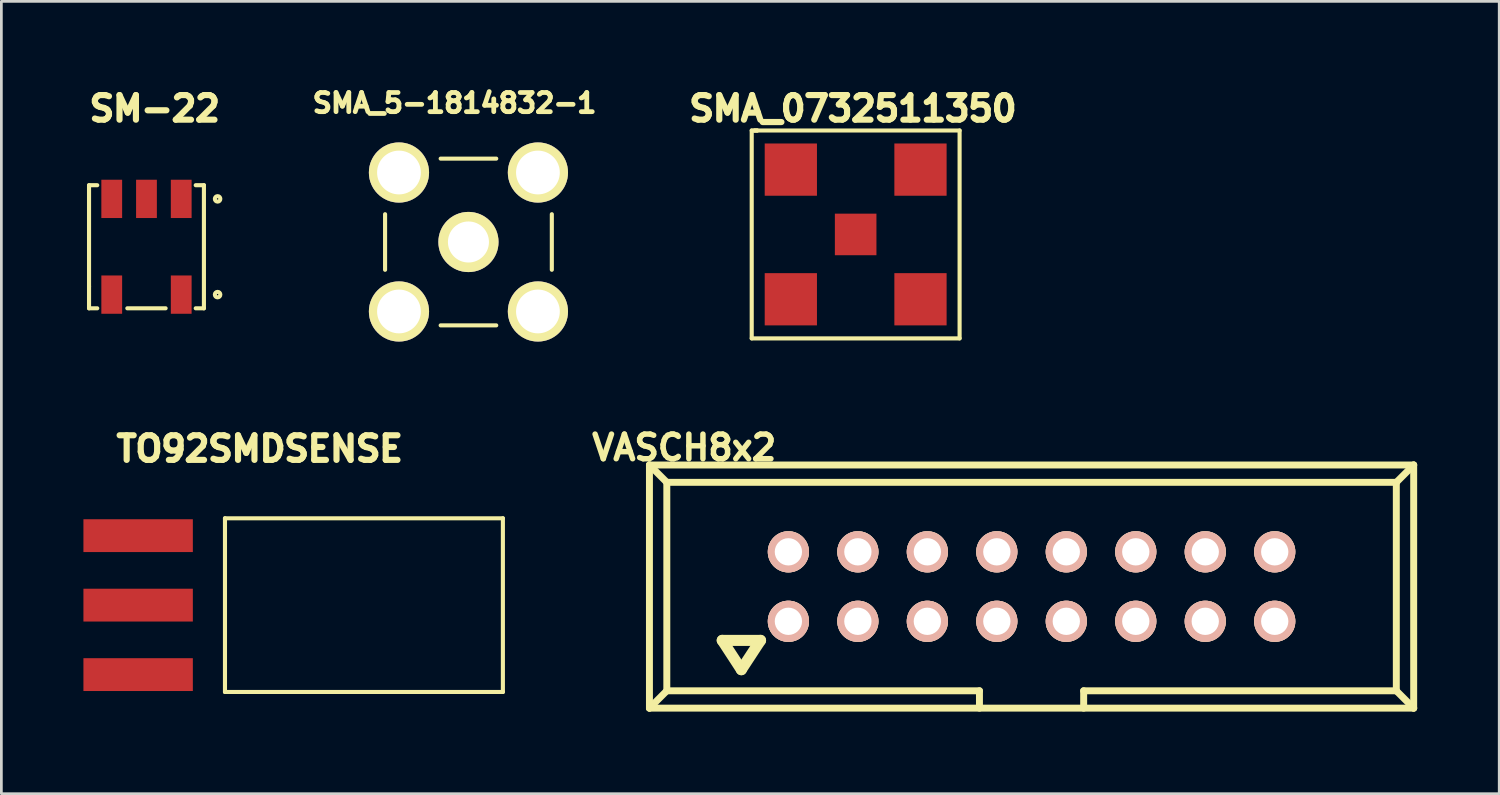
<source format=kicad_pcb>
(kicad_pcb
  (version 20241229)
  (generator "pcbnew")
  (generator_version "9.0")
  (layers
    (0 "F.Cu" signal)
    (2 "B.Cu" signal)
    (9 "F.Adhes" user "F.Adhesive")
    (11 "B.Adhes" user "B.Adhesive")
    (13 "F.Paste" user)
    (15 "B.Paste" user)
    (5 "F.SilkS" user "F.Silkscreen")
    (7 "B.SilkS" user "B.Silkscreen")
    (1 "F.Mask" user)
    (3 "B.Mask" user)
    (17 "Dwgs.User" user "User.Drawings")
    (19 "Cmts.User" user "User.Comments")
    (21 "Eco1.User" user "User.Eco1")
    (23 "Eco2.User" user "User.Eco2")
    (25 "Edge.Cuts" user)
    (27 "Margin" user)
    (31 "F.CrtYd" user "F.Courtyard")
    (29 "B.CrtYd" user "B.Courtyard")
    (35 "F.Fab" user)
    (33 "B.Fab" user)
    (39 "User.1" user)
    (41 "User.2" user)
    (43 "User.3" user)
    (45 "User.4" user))
  (footprint "SMA_0732511350"
    (layer "F.Cu")
    (at 28.232 5.521)
    (property "Reference" "SMA_0732511350" (at -0.1 -4.6 0) (layer "F.SilkS") (effects (font (size 0.9 0.9) (thickness 0.225))))
    (attr through_hole)
    (fp_line (start -3.8 3.8) (end -3.8 -3.8) (stroke (width 0.15) (type solid)) (layer "F.SilkS"))
    (fp_line (start -3.7 -3.8) (end -3.6 -3.8) (stroke (width 0.15) (type solid)) (layer "F.SilkS"))
    (fp_line (start -3.7 -3.8) (end 3.8 -3.8) (stroke (width 0.15) (type solid)) (layer "F.SilkS"))
    (fp_line (start -3.6 -3.8) (end -3.8 -3.8) (stroke (width 0.15) (type solid)) (layer "F.SilkS"))
    (fp_line (start 3.8 -3.8) (end 3.8 3.8) (stroke (width 0.15) (type solid)) (layer "F.SilkS"))
    (fp_line (start 3.8 3.8) (end -3.8 3.8) (stroke (width 0.15) (type solid)) (layer "F.SilkS"))
    (pad "1" smd rect (at 0 0) (size 1.52 1.52) (layers "F.Cu" "F.Mask" "F.Paste"))
    (pad "2" smd rect (at 2.37 2.37) (size 1.91 1.91) (layers "F.Cu" "F.Mask" "F.Paste"))
    (pad "3" smd rect (at 2.37 -2.37) (size 1.91 1.91) (layers "F.Cu" "F.Mask" "F.Paste"))
    (pad "4" smd rect (at -2.37 2.37) (size 1.91 1.91) (layers "F.Cu" "F.Mask" "F.Paste"))
    (pad "5" smd rect (at -2.37 -2.37) (size 1.91 1.91) (layers "F.Cu" "F.Mask" "F.Paste")))
  (footprint "SM-22"
    (layer "F.Cu")
    (at 2.305 4.221)
    (property "Reference" "SM-22" (at 0.3 -3.3 0) (layer "F.SilkS") (effects (font (size 0.9 0.9) (thickness 0.225))))
    (attr through_hole)
    (fp_line (start -2.1 -0.5) (end -2.1 3.2) (stroke (width 0.15) (type solid)) (layer "F.SilkS"))
    (fp_line (start -2.1 3.2) (end -2.1 4) (stroke (width 0.15) (type solid)) (layer "F.SilkS"))
    (fp_line (start -2.1 4) (end -1.8 4) (stroke (width 0.15) (type solid)) (layer "F.SilkS"))
    (fp_line (start -1.8 -0.5) (end -2.1 -0.5) (stroke (width 0.15) (type solid)) (layer "F.SilkS"))
    (fp_line (start -0.7 4) (end 0.7 4) (stroke (width 0.15) (type solid)) (layer "F.SilkS"))
    (fp_line (start 1.8 4) (end 2.1 4) (stroke (width 0.15) (type solid)) (layer "F.SilkS"))
    (fp_line (start 2.1 -0.5) (end 1.8 -0.5) (stroke (width 0.15) (type solid)) (layer "F.SilkS"))
    (fp_line (start 2.1 4) (end 2.1 -0.5) (stroke (width 0.15) (type solid)) (layer "F.SilkS"))
    (fp_circle (center 2.6 0) (end 2.5 0) (stroke (width 0.15) (type solid)) (fill no) (layer "F.SilkS"))
    (fp_circle (center 2.6 3.5) (end 2.5 3.5) (stroke (width 0.15) (type solid)) (fill no) (layer "F.SilkS"))
    (pad "1" smd rect (at -1.27 0) (size 0.76 1.4) (layers "F.Cu" "F.Mask" "F.Paste"))
    (pad "2" smd rect (at 0 0) (size 0.76 1.4) (layers "F.Cu" "F.Mask" "F.Paste"))
    (pad "3" smd rect (at 1.27 0) (size 0.76 1.4) (layers "F.Cu" "F.Mask" "F.Paste"))
    (pad "4" smd rect (at 1.27 3.5) (size 0.76 1.4) (layers "F.Cu" "F.Mask" "F.Paste"))
    (pad "5" smd rect (at -1.27 3.5) (size 0.76 1.4) (layers "F.Cu" "F.Mask" "F.Paste")))
  (footprint "SMA_5-1814832-1"
    (layer "F.Cu")
    (at 14.076 5.797)
    (property "Reference" "SMA_5-1814832-1" (at -0.508 -5.08 0) (layer "F.SilkS") (effects (font (size 0.7 0.7) (thickness 0.175))))
    (attr through_hole)
    (fp_line (start -3.048 1.016) (end -3.048 -1.016) (stroke (width 0.15) (type solid)) (layer "F.SilkS"))
    (fp_line (start -1.016 -3.048) (end 1.016 -3.048) (stroke (width 0.15) (type solid)) (layer "F.SilkS"))
    (fp_line (start 1.016 3.048) (end -1.016 3.048) (stroke (width 0.15) (type solid)) (layer "F.SilkS"))
    (fp_line (start 3.048 -1.016) (end 3.048 1.016) (stroke (width 0.15) (type solid)) (layer "F.SilkS"))
    (pad "1" thru_hole circle (at 0 0) (size 2.2 2.2) (drill 1.5) (layers "*.Cu" "*.Mask" "F.SilkS"))
    (pad "2" thru_hole circle (at -2.54 -2.54) (size 2.2 2.2) (drill 1.6) (layers "*.Cu" "*.Mask" "F.SilkS"))
    (pad "3" thru_hole circle (at 2.54 -2.54) (size 2.2 2.2) (drill 1.6) (layers "*.Cu" "*.Mask" "F.SilkS"))
    (pad "4" thru_hole circle (at 2.54 2.54) (size 2.2 2.2) (drill 1.6) (layers "*.Cu" "*.Mask" "F.SilkS"))
    (pad "5" thru_hole circle (at -2.54 2.54) (size 2.2 2.2) (drill 1.6) (layers "*.Cu" "*.Mask" "F.SilkS")))
  (footprint "TO92SMDSENSE"
    (layer "F.Cu")
    (at 2 16.533)
    (property "Reference" "TO92SMDSENSE" (at 4.445 -3.175 0) (layer "F.SilkS") (effects (font (size 0.9 0.9) (thickness 0.225))))
    (attr through_hole)
    (fp_line (start 3.175 -0.635) (end 3.175 5.715) (stroke (width 0.15) (type solid)) (layer "F.SilkS"))
    (fp_line (start 3.175 5.715) (end 13.335 5.715) (stroke (width 0.15) (type solid)) (layer "F.SilkS"))
    (fp_line (start 13.335 -0.635) (end 3.175 -0.635) (stroke (width 0.15) (type solid)) (layer "F.SilkS"))
    (fp_line (start 13.335 5.715) (end 13.335 -0.635) (stroke (width 0.15) (type solid)) (layer "F.SilkS"))
    (pad "1" smd rect (at 0 0) (size 4 1.2) (layers "F.Cu" "F.Mask" "F.Paste"))
    (pad "2" smd rect (at 0 2.54) (size 4 1.2) (layers "F.Cu" "F.Mask" "F.Paste"))
    (pad "3" smd rect (at 0 5.08) (size 4 1.2) (layers "F.Cu" "F.Mask" "F.Paste")))
  (footprint "VASCH8x2"
    (layer "F.Cu")
    (at 34.663 18.394)
    (property "Reference" "VASCH8x2" (at -12.7 -5.08 0) (layer "F.SilkS") (effects (font (size 0.9 0.9) (thickness 0.2))))
    (attr exclude_from_pos_files exclude_from_bom)
    (fp_line (start -13.97 -4.445) (end -13.97 4.445) (stroke (width 0.254) (type solid)) (layer "F.SilkS"))
    (fp_line (start -13.97 -4.445) (end 13.97 -4.445) (stroke (width 0.254) (type solid)) (layer "F.SilkS"))
    (fp_line (start -13.335 -3.81) (end -13.97 -4.445) (stroke (width 0.254) (type solid)) (layer "F.SilkS"))
    (fp_line (start -13.335 -3.81) (end -13.335 3.81) (stroke (width 0.254) (type solid)) (layer "F.SilkS"))
    (fp_line (start -13.335 3.81) (end -13.97 4.445) (stroke (width 0.254) (type solid)) (layer "F.SilkS"))
    (fp_line (start -13.335 3.81) (end -1.905 3.81) (stroke (width 0.254) (type solid)) (layer "F.SilkS"))
    (fp_line (start -11.308 1.968) (end -10.61 3.038) (stroke (width 0.406) (type solid)) (layer "F.SilkS"))
    (fp_line (start -10.61 3.038) (end -9.909 1.968) (stroke (width 0.406) (type solid)) (layer "F.SilkS"))
    (fp_line (start -9.909 1.968) (end -11.308 1.968) (stroke (width 0.406) (type solid)) (layer "F.SilkS"))
    (fp_line (start -1.905 3.81) (end -1.905 4.445) (stroke (width 0.254) (type solid)) (layer "F.SilkS"))
    (fp_line (start 1.905 3.81) (end 13.335 3.81) (stroke (width 0.254) (type solid)) (layer "F.SilkS"))
    (fp_line (start 1.905 4.445) (end 1.905 3.81) (stroke (width 0.254) (type solid)) (layer "F.SilkS"))
    (fp_line (start 13.335 -3.81) (end -13.335 -3.81) (stroke (width 0.254) (type solid)) (layer "F.SilkS"))
    (fp_line (start 13.335 -3.81) (end 13.97 -4.445) (stroke (width 0.254) (type solid)) (layer "F.SilkS"))
    (fp_line (start 13.335 3.81) (end 13.335 -3.81) (stroke (width 0.254) (type solid)) (layer "F.SilkS"))
    (fp_line (start 13.335 3.81) (end 13.97 4.445) (stroke (width 0.254) (type solid)) (layer "F.SilkS"))
    (fp_line (start 13.97 -4.445) (end 13.97 4.445) (stroke (width 0.254) (type solid)) (layer "F.SilkS"))
    (fp_line (start 13.97 4.445) (end -13.97 4.445) (stroke (width 0.254) (type solid)) (layer "F.SilkS"))
    (pad "1" thru_hole circle (at -8.89 1.27) (size 1.506 1.506) (drill 0.998) (layers "*.Cu" "*.SilkS" "*.Mask" "F.Paste"))
    (pad "2" thru_hole circle (at -8.89 -1.27) (size 1.506 1.506) (drill 0.998) (layers "*.Cu" "*.SilkS" "*.Mask" "F.Paste"))
    (pad "3" thru_hole circle (at -6.35 1.27) (size 1.506 1.506) (drill 0.998) (layers "*.Cu" "*.SilkS" "*.Mask" "F.Paste"))
    (pad "4" thru_hole circle (at -6.35 -1.27) (size 1.506 1.506) (drill 0.998) (layers "*.Cu" "*.SilkS" "*.Mask" "F.Paste"))
    (pad "5" thru_hole circle (at -3.81 1.27) (size 1.506 1.506) (drill 0.998) (layers "*.Cu" "*.SilkS" "*.Mask" "F.Paste"))
    (pad "6" thru_hole circle (at -3.81 -1.27) (size 1.506 1.506) (drill 0.998) (layers "*.Cu" "*.SilkS" "*.Mask" "F.Paste"))
    (pad "7" thru_hole circle (at -1.27 1.27) (size 1.506 1.506) (drill 0.998) (layers "*.Cu" "*.SilkS" "*.Mask" "F.Paste"))
    (pad "8" thru_hole circle (at -1.27 -1.27) (size 1.506 1.506) (drill 0.998) (layers "*.Cu" "*.SilkS" "*.Mask" "F.Paste"))
    (pad "9" thru_hole circle (at 1.27 1.27) (size 1.506 1.506) (drill 0.998) (layers "*.Cu" "*.SilkS" "*.Mask" "F.Paste"))
    (pad "10" thru_hole circle (at 1.27 -1.27) (size 1.506 1.506) (drill 0.998) (layers "*.Cu" "*.SilkS" "*.Mask" "F.Paste"))
    (pad "11" thru_hole circle (at 3.81 1.27) (size 1.506 1.506) (drill 0.998) (layers "*.Cu" "*.SilkS" "*.Mask" "F.Paste"))
    (pad "12" thru_hole circle (at 3.81 -1.27) (size 1.506 1.506) (drill 0.998) (layers "*.Cu" "*.SilkS" "*.Mask" "F.Paste"))
    (pad "13" thru_hole circle (at 6.35 1.27) (size 1.506 1.506) (drill 0.998) (layers "*.Cu" "*.SilkS" "*.Mask" "F.Paste"))
    (pad "14" thru_hole circle (at 6.35 -1.27) (size 1.506 1.506) (drill 0.998) (layers "*.Cu" "*.SilkS" "*.Mask" "F.Paste"))
    (pad "15" thru_hole circle (at 8.89 1.27) (size 1.506 1.506) (drill 0.998) (layers "*.Cu" "*.SilkS" "*.Mask" "F.Paste"))
    (pad "16" thru_hole circle (at 8.89 -1.27) (size 1.506 1.506) (drill 0.998) (layers "*.Cu" "*.SilkS" "*.Mask" "F.Paste")))
  (gr_rect
    (start -3 -3)
    (end 51.76 25.966)
    (stroke (width 0.1) (type default))
    (fill no)
    (layer "Edge.Cuts")))
</source>
